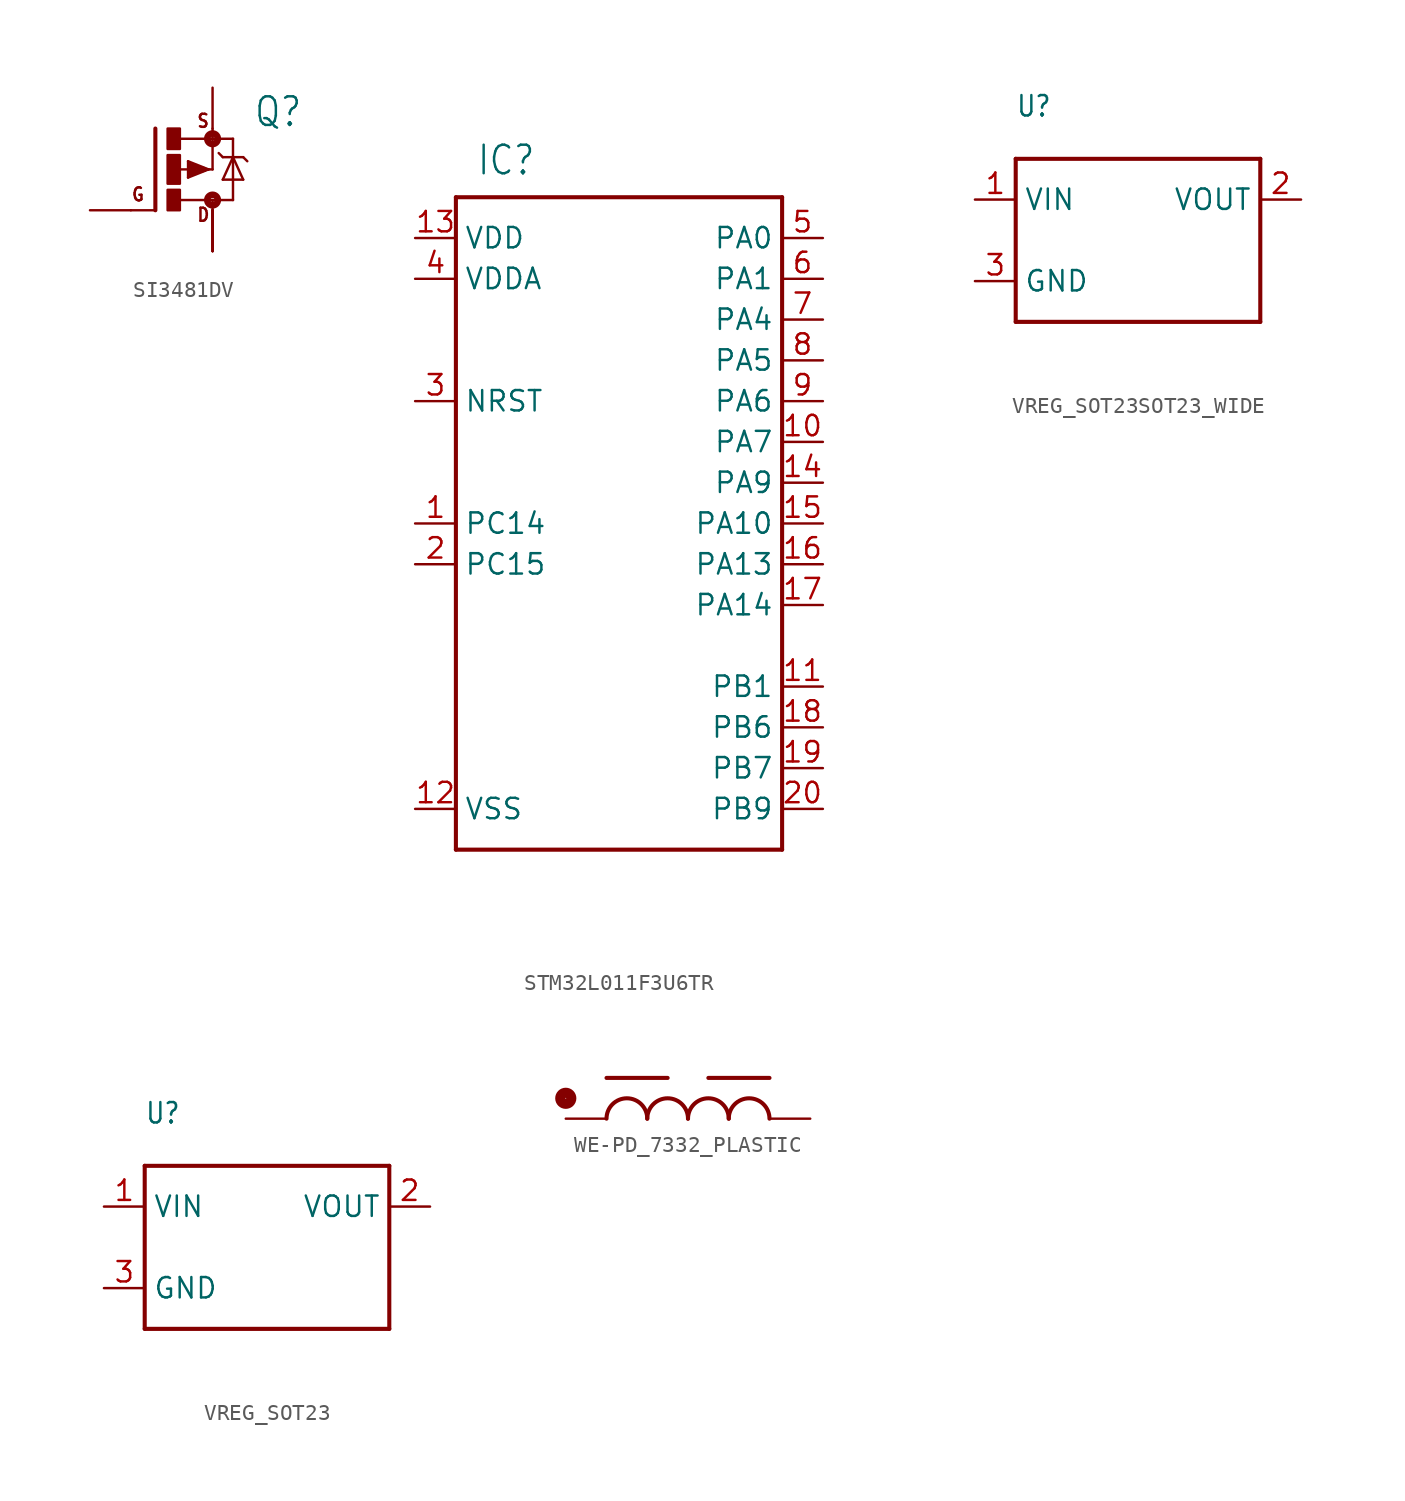
<source format=kicad_sym>
(kicad_symbol_lib
  (version 20220914)
  (generator kicad_symbol_editor)
  (symbol "SI3481DV"
    (property "Reference" "Q"
      (at 5.08 2.54 0)
      (effects (font (size 1.778 1.511)) (justify left bottom)))
    (property "Value" ""
      (at 5.08 0 0)
      (effects (font (size 1.778 1.511)) (justify left bottom)))
    (property "ki_locked" ""
      (at 0 0 0)
      (effects (font (size 1.27 1.27))))
    (symbol "SI3481DV_1_0"
      (rectangle (start -0.254 -2.54) (end 0.508 -1.27) (stroke (width 0) (type default)) (fill (type outline)))
      (rectangle (start -0.254 -0.889) (end 0.508 0.889) (stroke (width 0) (type default)) (fill (type outline)))
      (rectangle (start -0.254 1.27) (end 0.508 2.54) (stroke (width 0) (type default)) (fill (type outline)))
      (polyline (pts (xy -1.016 -2.54) (xy -2.54 -2.54)) (stroke (width 0.152) (type solid)) (fill (type none)))
      (polyline (pts (xy -1.016 -2.54) (xy -1.016 2.54)) (stroke (width 0.254) (type solid)) (fill (type none)))
      (polyline (pts (xy 1.016 -0.508) (xy 1.016 0.508)) (stroke (width 0.152) (type solid)) (fill (type none)))
      (polyline (pts (xy 1.016 0.508) (xy 2.286 0)) (stroke (width 0.152) (type solid)) (fill (type none)))
      (polyline (pts (xy 1.143 -0.254) (xy 1.143 0)) (stroke (width 0.305) (type solid)) (fill (type none)))
      (polyline (pts (xy 1.143 0) (xy 0.254 0)) (stroke (width 0.152) (type solid)) (fill (type none)))
      (polyline (pts (xy 1.143 0) (xy 1.397 0)) (stroke (width 0.305) (type solid)) (fill (type none)))
      (polyline (pts (xy 1.143 0.254) (xy 2.032 0)) (stroke (width 0.305) (type solid)) (fill (type none)))
      (polyline (pts (xy 2.032 0) (xy 1.143 -0.254)) (stroke (width 0.305) (type solid)) (fill (type none)))
      (polyline (pts (xy 2.235 0) (xy 2.286 0)) (stroke (width 0.152) (type solid)) (fill (type none)))
      (polyline (pts (xy 2.286 0) (xy 1.016 -0.508)) (stroke (width 0.152) (type solid)) (fill (type none)))
      (polyline (pts (xy 2.286 0) (xy 2.54 0)) (stroke (width 0.152) (type solid)) (fill (type none)))
      (polyline (pts (xy 2.54 -2.54) (xy 2.54 -1.905)) (stroke (width 0.152) (type solid)) (fill (type none)))
      (polyline (pts (xy 2.54 -1.905) (xy 0.533 -1.905)) (stroke (width 0.152) (type solid)) (fill (type none)))
      (polyline (pts (xy 2.54 0) (xy 2.54 1.905)) (stroke (width 0.152) (type solid)) (fill (type none)))
      (polyline (pts (xy 2.54 1.905) (xy 0.508 1.905)) (stroke (width 0.152) (type solid)) (fill (type none)))
      (polyline (pts (xy 2.54 2.54) (xy 2.54 1.905)) (stroke (width 0.152) (type solid)) (fill (type none)))
      (polyline (pts (xy 3.175 -0.635) (xy 3.81 0.762)) (stroke (width 0.152) (type solid)) (fill (type none)))
      (polyline (pts (xy 3.175 0.762) (xy 2.921 1.016)) (stroke (width 0.152) (type solid)) (fill (type none)))
      (polyline (pts (xy 3.81 -1.905) (xy 2.54 -1.905)) (stroke (width 0.152) (type solid)) (fill (type none)))
      (polyline (pts (xy 3.81 0.762) (xy 3.175 0.762)) (stroke (width 0.152) (type solid)) (fill (type none)))
      (polyline (pts (xy 3.81 0.762) (xy 3.81 -1.905)) (stroke (width 0.152) (type solid)) (fill (type none)))
      (polyline (pts (xy 3.81 0.762) (xy 4.445 -0.635)) (stroke (width 0.152) (type solid)) (fill (type none)))
      (polyline (pts (xy 3.81 1.905) (xy 2.54 1.905)) (stroke (width 0.152) (type solid)) (fill (type none)))
      (polyline (pts (xy 3.81 1.905) (xy 3.81 0.762)) (stroke (width 0.152) (type solid)) (fill (type none)))
      (polyline (pts (xy 4.445 -0.635) (xy 3.175 -0.635)) (stroke (width 0.152) (type solid)) (fill (type none)))
      (polyline (pts (xy 4.445 0.762) (xy 3.81 0.762)) (stroke (width 0.152) (type solid)) (fill (type none)))
      (polyline (pts (xy 4.445 0.762) (xy 4.699 0.508)) (stroke (width 0.152) (type solid)) (fill (type none)))
      (circle (center 2.54 -1.905) (radius 0.127) (stroke (width 0.406) (type solid)) (fill (type none)))
      (circle (center 2.54 1.905) (radius 0.127) (stroke (width 0.406) (type solid)) (fill (type none)))
      (text "D" (at 1.524 -3.302 0) (effects (font (size 0.813 0.691)) (justify left bottom)))
      (text "G" (at -2.54 -2.032 0) (effects (font (size 0.813 0.691)) (justify left bottom)))
      (text "S" (at 1.524 2.54 0) (effects (font (size 0.813 0.691)) (justify left bottom)))
      (pin passive line (at 2.54 -5.08 90) (length 2.54) (name "D" (effects (font (size 0 0)))) (number "1" (effects (font (size 0 0)))))
      (pin passive line (at 2.54 -5.08 90) (length 2.54) (name "D" (effects (font (size 0 0)))) (number "2" (effects (font (size 0 0)))))
      (pin passive line (at -5.08 -2.54 0) (length 2.54) (name "G" (effects (font (size 0 0)))) (number "3" (effects (font (size 0 0)))))
      (pin passive line (at 2.54 5.08 270) (length 2.54) (name "S" (effects (font (size 0 0)))) (number "4" (effects (font (size 0 0)))))
      (pin passive line (at 2.54 -5.08 90) (length 2.54) (name "D" (effects (font (size 0 0)))) (number "5" (effects (font (size 0 0)))))
      (pin passive line (at 2.54 -5.08 90) (length 2.54) (name "D" (effects (font (size 0 0)))) (number "6" (effects (font (size 0 0)))))))
  (symbol "STM32L011F3U6TR"
    (property "Reference" "IC"
      (at -8.89 21.59 0)
      (effects (font (size 1.778 1.511)) (justify left bottom)))
    (property "Value" ""
      (at -8.89 -22.86 0)
      (effects (font (size 1.778 1.511)) (justify left bottom)))
    (property "ki_locked" ""
      (at 0 0 0)
      (effects (font (size 1.27 1.27))))
    (symbol "STM32L011F3U6TR_1_0"
      (polyline (pts (xy -10.16 -20.32) (xy -10.16 20.32)) (stroke (width 0.254) (type solid)) (fill (type none)))
      (polyline (pts (xy -10.16 20.32) (xy 10.16 20.32)) (stroke (width 0.254) (type solid)) (fill (type none)))
      (polyline (pts (xy 10.16 -20.32) (xy -10.16 -20.32)) (stroke (width 0.254) (type solid)) (fill (type none)))
      (polyline (pts (xy 10.16 20.32) (xy 10.16 -20.32)) (stroke (width 0.254) (type solid)) (fill (type none)))
      (pin bidirectional line (at -12.7 0 0) (length 2.54) (name "PC14" (effects (font (size 1.27 1.27)))) (number "1" (effects (font (size 1.27 1.27)))))
      (pin bidirectional line (at 12.7 5.08 180) (length 2.54) (name "PA7" (effects (font (size 1.27 1.27)))) (number "10" (effects (font (size 1.27 1.27)))))
      (pin bidirectional line (at 12.7 -10.16 180) (length 2.54) (name "PB1" (effects (font (size 1.27 1.27)))) (number "11" (effects (font (size 1.27 1.27)))))
      (pin bidirectional line (at -12.7 -17.78 0) (length 2.54) (name "VSS" (effects (font (size 1.27 1.27)))) (number "12" (effects (font (size 1.27 1.27)))))
      (pin bidirectional line (at -12.7 17.78 0) (length 2.54) (name "VDD" (effects (font (size 1.27 1.27)))) (number "13" (effects (font (size 1.27 1.27)))))
      (pin bidirectional line (at 12.7 2.54 180) (length 2.54) (name "PA9" (effects (font (size 1.27 1.27)))) (number "14" (effects (font (size 1.27 1.27)))))
      (pin bidirectional line (at 12.7 0 180) (length 2.54) (name "PA10" (effects (font (size 1.27 1.27)))) (number "15" (effects (font (size 1.27 1.27)))))
      (pin bidirectional line (at 12.7 -2.54 180) (length 2.54) (name "PA13" (effects (font (size 1.27 1.27)))) (number "16" (effects (font (size 1.27 1.27)))))
      (pin bidirectional line (at 12.7 -5.08 180) (length 2.54) (name "PA14" (effects (font (size 1.27 1.27)))) (number "17" (effects (font (size 1.27 1.27)))))
      (pin bidirectional line (at 12.7 -12.7 180) (length 2.54) (name "PB6" (effects (font (size 1.27 1.27)))) (number "18" (effects (font (size 1.27 1.27)))))
      (pin bidirectional line (at 12.7 -15.24 180) (length 2.54) (name "PB7" (effects (font (size 1.27 1.27)))) (number "19" (effects (font (size 1.27 1.27)))))
      (pin bidirectional line (at -12.7 -2.54 0) (length 2.54) (name "PC15" (effects (font (size 1.27 1.27)))) (number "2" (effects (font (size 1.27 1.27)))))
      (pin bidirectional line (at 12.7 -17.78 180) (length 2.54) (name "PB9" (effects (font (size 1.27 1.27)))) (number "20" (effects (font (size 1.27 1.27)))))
      (pin bidirectional line (at -12.7 7.62 0) (length 2.54) (name "NRST" (effects (font (size 1.27 1.27)))) (number "3" (effects (font (size 1.27 1.27)))))
      (pin bidirectional line (at -12.7 15.24 0) (length 2.54) (name "VDDA" (effects (font (size 1.27 1.27)))) (number "4" (effects (font (size 1.27 1.27)))))
      (pin bidirectional line (at 12.7 17.78 180) (length 2.54) (name "PA0" (effects (font (size 1.27 1.27)))) (number "5" (effects (font (size 1.27 1.27)))))
      (pin bidirectional line (at 12.7 15.24 180) (length 2.54) (name "PA1" (effects (font (size 1.27 1.27)))) (number "6" (effects (font (size 1.27 1.27)))))
      (pin bidirectional line (at 12.7 12.7 180) (length 2.54) (name "PA4" (effects (font (size 1.27 1.27)))) (number "7" (effects (font (size 1.27 1.27)))))
      (pin bidirectional line (at 12.7 10.16 180) (length 2.54) (name "PA5" (effects (font (size 1.27 1.27)))) (number "8" (effects (font (size 1.27 1.27)))))
      (pin bidirectional line (at 12.7 7.62 180) (length 2.54) (name "PA6" (effects (font (size 1.27 1.27)))) (number "9" (effects (font (size 1.27 1.27)))))))
  (symbol "VREG_SOT23SOT23_WIDE"
    (property "Reference" "U"
      (at -7.62 7.62 0)
      (effects (font (size 1.27 1.079)) (justify left bottom)))
    (property "Value" ""
      (at -7.62 -7.62 0)
      (effects (font (size 1.27 1.079)) (justify left bottom)))
    (property "ki_locked" ""
      (at 0 0 0)
      (effects (font (size 1.27 1.27))))
    (symbol "VREG_SOT23SOT23_WIDE_1_0"
      (polyline (pts (xy -7.62 -5.08) (xy -7.62 5.08)) (stroke (width 0.254) (type solid)) (fill (type none)))
      (polyline (pts (xy -7.62 5.08) (xy 7.62 5.08)) (stroke (width 0.254) (type solid)) (fill (type none)))
      (polyline (pts (xy 7.62 -5.08) (xy -7.62 -5.08)) (stroke (width 0.254) (type solid)) (fill (type none)))
      (polyline (pts (xy 7.62 5.08) (xy 7.62 -5.08)) (stroke (width 0.254) (type solid)) (fill (type none)))
      (pin power_in line (at -10.16 2.54 0) (length 2.54) (name "VIN" (effects (font (size 1.27 1.27)))) (number "1" (effects (font (size 1.27 1.27)))))
      (pin power_in line (at 10.16 2.54 180) (length 2.54) (name "VOUT" (effects (font (size 1.27 1.27)))) (number "2" (effects (font (size 1.27 1.27)))))
      (pin power_in line (at -10.16 -2.54 0) (length 2.54) (name "GND" (effects (font (size 1.27 1.27)))) (number "3" (effects (font (size 1.27 1.27)))))))
  (symbol "VREG_SOT23"
    (property "Reference" "U"
      (at -7.62 7.62 0)
      (effects (font (size 1.27 1.079)) (justify left bottom)))
    (property "Value" ""
      (at -7.62 -7.62 0)
      (effects (font (size 1.27 1.079)) (justify left bottom)))
    (property "ki_locked" ""
      (at 0 0 0)
      (effects (font (size 1.27 1.27))))
    (symbol "VREG_SOT23_1_0"
      (polyline (pts (xy -7.62 -5.08) (xy -7.62 5.08)) (stroke (width 0.254) (type solid)) (fill (type none)))
      (polyline (pts (xy -7.62 5.08) (xy 7.62 5.08)) (stroke (width 0.254) (type solid)) (fill (type none)))
      (polyline (pts (xy 7.62 -5.08) (xy -7.62 -5.08)) (stroke (width 0.254) (type solid)) (fill (type none)))
      (polyline (pts (xy 7.62 5.08) (xy 7.62 -5.08)) (stroke (width 0.254) (type solid)) (fill (type none)))
      (pin power_in line (at -10.16 2.54 0) (length 2.54) (name "VIN" (effects (font (size 1.27 1.27)))) (number "1" (effects (font (size 1.27 1.27)))))
      (pin power_in line (at 10.16 2.54 180) (length 2.54) (name "VOUT" (effects (font (size 1.27 1.27)))) (number "2" (effects (font (size 1.27 1.27)))))
      (pin power_in line (at -10.16 -2.54 0) (length 2.54) (name "GND" (effects (font (size 1.27 1.27)))) (number "3" (effects (font (size 1.27 1.27)))))))
  (symbol "WE-PD_7332_PLASTIC"
    (property "Reference" "L"
      (at -2.54 5.08 0)
      (effects (font (size 1.27 1.079)) (justify left bottom) hide))
    (property "ki_locked" ""
      (at 0 0 0)
      (effects (font (size 1.27 1.27))))
    (symbol "WE-PD_7332_PLASTIC_1_0"
      (circle (center -7.62 1.27) (radius 0.025) (stroke (width 0.635) (type solid)) (fill (type none)))
      (arc (start -2.54 0) (mid -3.81 1.27) (end -5.08 0) (stroke (width 0.254) (type solid)) (fill (type none)))
      (arc (start 0 0) (mid -1.27 1.27) (end -2.54 0) (stroke (width 0.254) (type solid)) (fill (type none)))
      (polyline (pts (xy -5.08 2.54) (xy -1.27 2.54)) (stroke (width 0.254) (type solid)) (fill (type none)))
      (polyline (pts (xy 1.27 2.54) (xy 5.08 2.54)) (stroke (width 0.254) (type solid)) (fill (type none)))
      (arc (start 2.54 0) (mid 1.27 1.27) (end 0 0) (stroke (width 0.254) (type solid)) (fill (type none)))
      (arc (start 5.08 0) (mid 3.81 1.27) (end 2.54 0) (stroke (width 0.254) (type solid)) (fill (type none)))
      (pin passive line (at -7.62 0 0) (length 2.54) (name "1" (effects (font (size 0 0)))) (number "1" (effects (font (size 0 0)))))
      (pin passive line (at 7.62 0 180) (length 2.54) (name "2" (effects (font (size 0 0)))) (number "2" (effects (font (size 0 0))))))))
</source>
